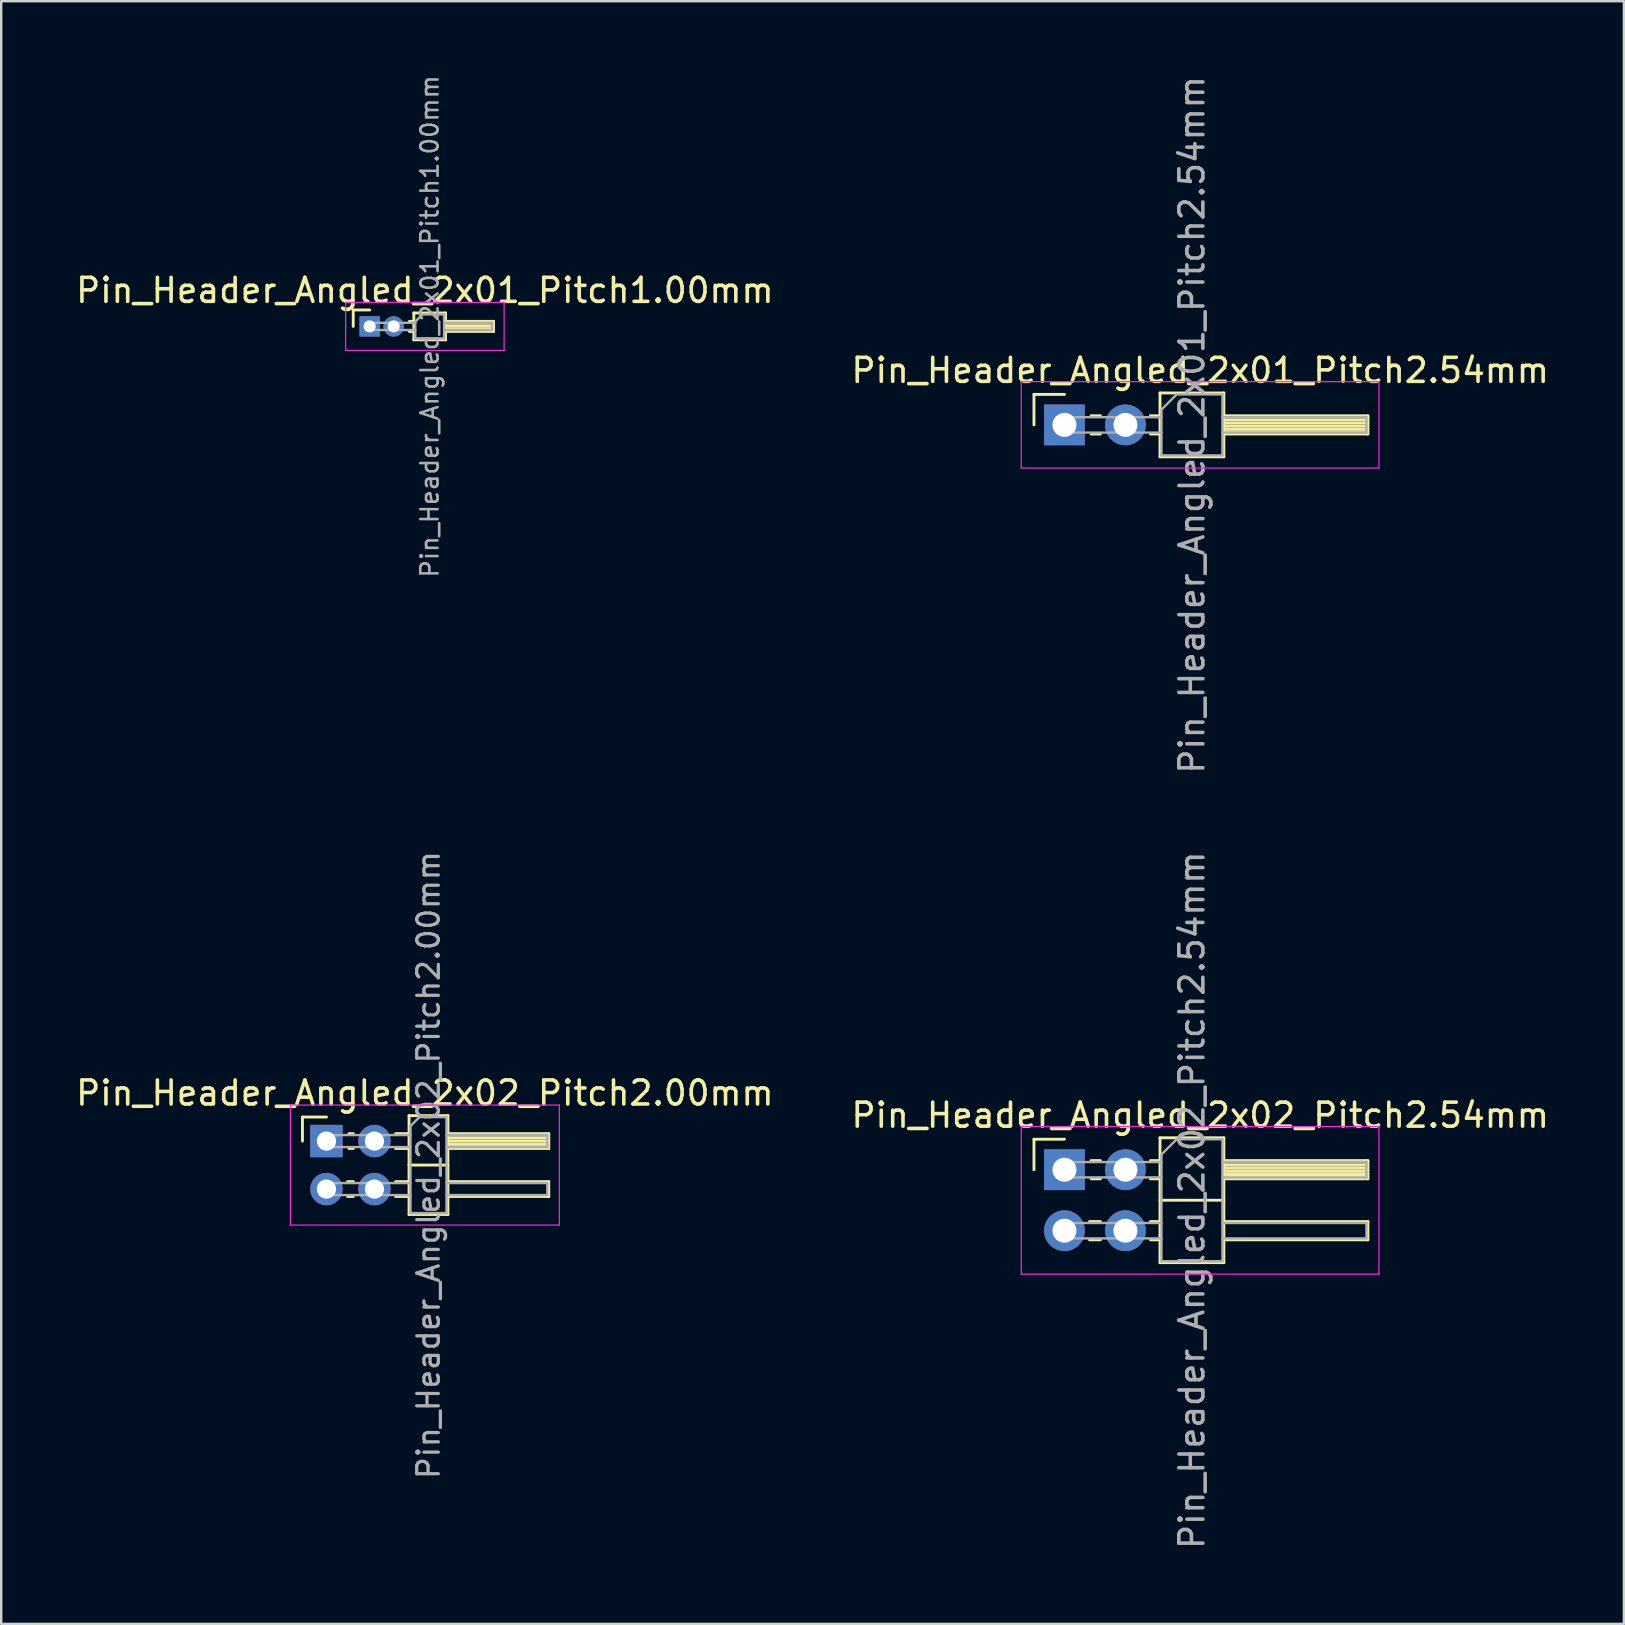
<source format=kicad_pcb>
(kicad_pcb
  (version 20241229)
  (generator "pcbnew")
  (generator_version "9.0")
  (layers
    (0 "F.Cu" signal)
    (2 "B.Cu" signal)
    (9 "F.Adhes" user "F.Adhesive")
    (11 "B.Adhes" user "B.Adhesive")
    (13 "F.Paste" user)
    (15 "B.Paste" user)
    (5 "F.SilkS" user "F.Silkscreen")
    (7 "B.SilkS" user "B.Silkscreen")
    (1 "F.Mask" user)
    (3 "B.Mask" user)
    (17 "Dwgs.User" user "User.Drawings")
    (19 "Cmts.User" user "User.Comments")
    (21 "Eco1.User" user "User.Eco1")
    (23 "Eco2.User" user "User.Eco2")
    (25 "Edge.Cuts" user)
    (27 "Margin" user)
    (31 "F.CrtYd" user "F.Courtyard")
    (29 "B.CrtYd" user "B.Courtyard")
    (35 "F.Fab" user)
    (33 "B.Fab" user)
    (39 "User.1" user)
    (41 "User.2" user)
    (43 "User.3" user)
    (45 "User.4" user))
  (footprint "Pin_Header_Angled_2x02_Pitch2.00mm"
    (layer "F.Cu")
    (at 10.549 44.482)
    (property "Reference" "Pin_Header_Angled_2x02_Pitch2.00mm" (at 4.1 -2 0) (layer "F.SilkS") (effects (font (size 1 1) (thickness 0.15))))
    (attr through_hole)
    (fp_line (start -1 -1) (end 0 -1) (stroke (width 0.12) (type solid)) (layer "F.SilkS"))
    (fp_line (start -1 0) (end -1 -1) (stroke (width 0.12) (type solid)) (layer "F.SilkS"))
    (fp_line (start 0.882 1.69) (end 1.118 1.69) (stroke (width 0.12) (type solid)) (layer "F.SilkS"))
    (fp_line (start 0.882 2.31) (end 1.118 2.31) (stroke (width 0.12) (type solid)) (layer "F.SilkS"))
    (fp_line (start 0.935 -0.31) (end 1.118 -0.31) (stroke (width 0.12) (type solid)) (layer "F.SilkS"))
    (fp_line (start 0.935 0.31) (end 1.118 0.31) (stroke (width 0.12) (type solid)) (layer "F.SilkS"))
    (fp_line (start 2.882 -0.31) (end 3.44 -0.31) (stroke (width 0.12) (type solid)) (layer "F.SilkS"))
    (fp_line (start 2.882 0.31) (end 3.44 0.31) (stroke (width 0.12) (type solid)) (layer "F.SilkS"))
    (fp_line (start 2.882 1.69) (end 3.44 1.69) (stroke (width 0.12) (type solid)) (layer "F.SilkS"))
    (fp_line (start 2.882 2.31) (end 3.44 2.31) (stroke (width 0.12) (type solid)) (layer "F.SilkS"))
    (fp_line (start 3.44 -1.06) (end 3.44 3.06) (stroke (width 0.12) (type solid)) (layer "F.SilkS"))
    (fp_line (start 3.44 1) (end 5.06 1) (stroke (width 0.12) (type solid)) (layer "F.SilkS"))
    (fp_line (start 3.44 3.06) (end 5.06 3.06) (stroke (width 0.12) (type solid)) (layer "F.SilkS"))
    (fp_line (start 5.06 -1.06) (end 3.44 -1.06) (stroke (width 0.12) (type solid)) (layer "F.SilkS"))
    (fp_line (start 5.06 -0.31) (end 9.26 -0.31) (stroke (width 0.12) (type solid)) (layer "F.SilkS"))
    (fp_line (start 5.06 -0.25) (end 9.26 -0.25) (stroke (width 0.12) (type solid)) (layer "F.SilkS"))
    (fp_line (start 5.06 -0.13) (end 9.26 -0.13) (stroke (width 0.12) (type solid)) (layer "F.SilkS"))
    (fp_line (start 5.06 -0.01) (end 9.26 -0.01) (stroke (width 0.12) (type solid)) (layer "F.SilkS"))
    (fp_line (start 5.06 0.11) (end 9.26 0.11) (stroke (width 0.12) (type solid)) (layer "F.SilkS"))
    (fp_line (start 5.06 0.23) (end 9.26 0.23) (stroke (width 0.12) (type solid)) (layer "F.SilkS"))
    (fp_line (start 5.06 1.69) (end 9.26 1.69) (stroke (width 0.12) (type solid)) (layer "F.SilkS"))
    (fp_line (start 5.06 3.06) (end 5.06 -1.06) (stroke (width 0.12) (type solid)) (layer "F.SilkS"))
    (fp_line (start 9.26 -0.31) (end 9.26 0.31) (stroke (width 0.12) (type solid)) (layer "F.SilkS"))
    (fp_line (start 9.26 0.31) (end 5.06 0.31) (stroke (width 0.12) (type solid)) (layer "F.SilkS"))
    (fp_line (start 9.26 1.69) (end 9.26 2.31) (stroke (width 0.12) (type solid)) (layer "F.SilkS"))
    (fp_line (start 9.26 2.31) (end 5.06 2.31) (stroke (width 0.12) (type solid)) (layer "F.SilkS"))
    (fp_line (start -1.5 -1.5) (end -1.5 3.5) (stroke (width 0.05) (type solid)) (layer "F.CrtYd"))
    (fp_line (start -1.5 3.5) (end 9.7 3.5) (stroke (width 0.05) (type solid)) (layer "F.CrtYd"))
    (fp_line (start 9.7 -1.5) (end -1.5 -1.5) (stroke (width 0.05) (type solid)) (layer "F.CrtYd"))
    (fp_line (start 9.7 3.5) (end 9.7 -1.5) (stroke (width 0.05) (type solid)) (layer "F.CrtYd"))
    (fp_line (start -0.25 -0.25) (end -0.25 0.25) (stroke (width 0.1) (type solid)) (layer "F.Fab"))
    (fp_line (start -0.25 -0.25) (end 3.5 -0.25) (stroke (width 0.1) (type solid)) (layer "F.Fab"))
    (fp_line (start -0.25 0.25) (end 3.5 0.25) (stroke (width 0.1) (type solid)) (layer "F.Fab"))
    (fp_line (start -0.25 1.75) (end -0.25 2.25) (stroke (width 0.1) (type solid)) (layer "F.Fab"))
    (fp_line (start -0.25 1.75) (end 3.5 1.75) (stroke (width 0.1) (type solid)) (layer "F.Fab"))
    (fp_line (start -0.25 2.25) (end 3.5 2.25) (stroke (width 0.1) (type solid)) (layer "F.Fab"))
    (fp_line (start 3.5 -0.625) (end 3.875 -1) (stroke (width 0.1) (type solid)) (layer "F.Fab"))
    (fp_line (start 3.5 3) (end 3.5 -0.625) (stroke (width 0.1) (type solid)) (layer "F.Fab"))
    (fp_line (start 3.875 -1) (end 5 -1) (stroke (width 0.1) (type solid)) (layer "F.Fab"))
    (fp_line (start 5 -1) (end 5 3) (stroke (width 0.1) (type solid)) (layer "F.Fab"))
    (fp_line (start 5 -0.25) (end 9.2 -0.25) (stroke (width 0.1) (type solid)) (layer "F.Fab"))
    (fp_line (start 5 0.25) (end 9.2 0.25) (stroke (width 0.1) (type solid)) (layer "F.Fab"))
    (fp_line (start 5 1.75) (end 9.2 1.75) (stroke (width 0.1) (type solid)) (layer "F.Fab"))
    (fp_line (start 5 2.25) (end 9.2 2.25) (stroke (width 0.1) (type solid)) (layer "F.Fab"))
    (fp_line (start 5 3) (end 3.5 3) (stroke (width 0.1) (type solid)) (layer "F.Fab"))
    (fp_line (start 9.2 -0.25) (end 9.2 0.25) (stroke (width 0.1) (type solid)) (layer "F.Fab"))
    (fp_line (start 9.2 1.75) (end 9.2 2.25) (stroke (width 0.1) (type solid)) (layer "F.Fab"))
    (fp_text user "${REFERENCE}" (at 4.25 1 90) (layer "F.Fab") (effects (font (size 0.9 0.9) (thickness 0.135))))
    (pad "1" thru_hole rect (at 0 0) (size 1.35 1.35) (drill 0.8) (layers "*.Cu" "*.Mask"))
    (pad "2" thru_hole oval (at 2 0) (size 1.35 1.35) (drill 0.8) (layers "*.Cu" "*.Mask"))
    (pad "3" thru_hole oval (at 0 2) (size 1.35 1.35) (drill 0.8) (layers "*.Cu" "*.Mask"))
    (pad "4" thru_hole oval (at 2 2) (size 1.35 1.35) (drill 0.8) (layers "*.Cu" "*.Mask")))
  (footprint "Pin_Header_Angled_2x01_Pitch2.54mm"
    (layer "F.Cu")
    (at 41.291 14.649)
    (property "Reference" "Pin_Header_Angled_2x01_Pitch2.54mm" (at 5.655 -2.27 0) (layer "F.SilkS") (effects (font (size 1 1) (thickness 0.15))))
    (attr through_hole)
    (fp_line (start -1.27 -1.27) (end 0 -1.27) (stroke (width 0.12) (type solid)) (layer "F.SilkS"))
    (fp_line (start -1.27 0) (end -1.27 -1.27) (stroke (width 0.12) (type solid)) (layer "F.SilkS"))
    (fp_line (start 1.11 -0.38) (end 1.497 -0.38) (stroke (width 0.12) (type solid)) (layer "F.SilkS"))
    (fp_line (start 1.11 0.38) (end 1.497 0.38) (stroke (width 0.12) (type solid)) (layer "F.SilkS"))
    (fp_line (start 3.583 -0.38) (end 3.98 -0.38) (stroke (width 0.12) (type solid)) (layer "F.SilkS"))
    (fp_line (start 3.583 0.38) (end 3.98 0.38) (stroke (width 0.12) (type solid)) (layer "F.SilkS"))
    (fp_line (start 3.98 -1.33) (end 3.98 1.33) (stroke (width 0.12) (type solid)) (layer "F.SilkS"))
    (fp_line (start 3.98 1.33) (end 6.64 1.33) (stroke (width 0.12) (type solid)) (layer "F.SilkS"))
    (fp_line (start 6.64 -1.33) (end 3.98 -1.33) (stroke (width 0.12) (type solid)) (layer "F.SilkS"))
    (fp_line (start 6.64 -0.38) (end 12.64 -0.38) (stroke (width 0.12) (type solid)) (layer "F.SilkS"))
    (fp_line (start 6.64 -0.32) (end 12.64 -0.32) (stroke (width 0.12) (type solid)) (layer "F.SilkS"))
    (fp_line (start 6.64 -0.2) (end 12.64 -0.2) (stroke (width 0.12) (type solid)) (layer "F.SilkS"))
    (fp_line (start 6.64 -0.08) (end 12.64 -0.08) (stroke (width 0.12) (type solid)) (layer "F.SilkS"))
    (fp_line (start 6.64 0.04) (end 12.64 0.04) (stroke (width 0.12) (type solid)) (layer "F.SilkS"))
    (fp_line (start 6.64 0.16) (end 12.64 0.16) (stroke (width 0.12) (type solid)) (layer "F.SilkS"))
    (fp_line (start 6.64 0.28) (end 12.64 0.28) (stroke (width 0.12) (type solid)) (layer "F.SilkS"))
    (fp_line (start 6.64 1.33) (end 6.64 -1.33) (stroke (width 0.12) (type solid)) (layer "F.SilkS"))
    (fp_line (start 12.64 -0.38) (end 12.64 0.38) (stroke (width 0.12) (type solid)) (layer "F.SilkS"))
    (fp_line (start 12.64 0.38) (end 6.64 0.38) (stroke (width 0.12) (type solid)) (layer "F.SilkS"))
    (fp_line (start -1.8 -1.8) (end -1.8 1.8) (stroke (width 0.05) (type solid)) (layer "F.CrtYd"))
    (fp_line (start -1.8 1.8) (end 13.1 1.8) (stroke (width 0.05) (type solid)) (layer "F.CrtYd"))
    (fp_line (start 13.1 -1.8) (end -1.8 -1.8) (stroke (width 0.05) (type solid)) (layer "F.CrtYd"))
    (fp_line (start 13.1 1.8) (end 13.1 -1.8) (stroke (width 0.05) (type solid)) (layer "F.CrtYd"))
    (fp_line (start -0.32 -0.32) (end -0.32 0.32) (stroke (width 0.1) (type solid)) (layer "F.Fab"))
    (fp_line (start -0.32 -0.32) (end 4.04 -0.32) (stroke (width 0.1) (type solid)) (layer "F.Fab"))
    (fp_line (start -0.32 0.32) (end 4.04 0.32) (stroke (width 0.1) (type solid)) (layer "F.Fab"))
    (fp_line (start 4.04 -0.635) (end 4.675 -1.27) (stroke (width 0.1) (type solid)) (layer "F.Fab"))
    (fp_line (start 4.04 1.27) (end 4.04 -0.635) (stroke (width 0.1) (type solid)) (layer "F.Fab"))
    (fp_line (start 4.675 -1.27) (end 6.58 -1.27) (stroke (width 0.1) (type solid)) (layer "F.Fab"))
    (fp_line (start 6.58 -1.27) (end 6.58 1.27) (stroke (width 0.1) (type solid)) (layer "F.Fab"))
    (fp_line (start 6.58 -0.32) (end 12.58 -0.32) (stroke (width 0.1) (type solid)) (layer "F.Fab"))
    (fp_line (start 6.58 0.32) (end 12.58 0.32) (stroke (width 0.1) (type solid)) (layer "F.Fab"))
    (fp_line (start 6.58 1.27) (end 4.04 1.27) (stroke (width 0.1) (type solid)) (layer "F.Fab"))
    (fp_line (start 12.58 -0.32) (end 12.58 0.32) (stroke (width 0.1) (type solid)) (layer "F.Fab"))
    (fp_text user "${REFERENCE}" (at 5.31 0 90) (layer "F.Fab") (effects (font (size 1 1) (thickness 0.15))))
    (pad "1" thru_hole rect (at 0 0) (size 1.7 1.7) (drill 1) (layers "*.Cu" "*.Mask"))
    (pad "2" thru_hole oval (at 2.54 0) (size 1.7 1.7) (drill 1) (layers "*.Cu" "*.Mask")))
  (footprint "Pin_Header_Angled_2x01_Pitch1.00mm"
    (layer "F.Cu")
    (at 12.349 10.547)
    (property "Reference" "Pin_Header_Angled_2x01_Pitch1.00mm" (at 2.3 -1.5 0) (layer "F.SilkS") (effects (font (size 1 1) (thickness 0.15))))
    (attr through_hole)
    (fp_line (start -0.685 -0.685) (end 0 -0.685) (stroke (width 0.12) (type solid)) (layer "F.SilkS"))
    (fp_line (start -0.685 0) (end -0.685 -0.685) (stroke (width 0.12) (type solid)) (layer "F.SilkS"))
    (fp_line (start 1.652 -0.21) (end 1.84 -0.21) (stroke (width 0.12) (type solid)) (layer "F.SilkS"))
    (fp_line (start 1.652 0.21) (end 1.84 0.21) (stroke (width 0.12) (type solid)) (layer "F.SilkS"))
    (fp_line (start 1.84 -0.56) (end 1.84 0.56) (stroke (width 0.12) (type solid)) (layer "F.SilkS"))
    (fp_line (start 1.84 0.56) (end 3.16 0.56) (stroke (width 0.12) (type solid)) (layer "F.SilkS"))
    (fp_line (start 3.16 -0.56) (end 1.84 -0.56) (stroke (width 0.12) (type solid)) (layer "F.SilkS"))
    (fp_line (start 3.16 -0.21) (end 5.16 -0.21) (stroke (width 0.12) (type solid)) (layer "F.SilkS"))
    (fp_line (start 3.16 -0.15) (end 5.16 -0.15) (stroke (width 0.12) (type solid)) (layer "F.SilkS"))
    (fp_line (start 3.16 -0.03) (end 5.16 -0.03) (stroke (width 0.12) (type solid)) (layer "F.SilkS"))
    (fp_line (start 3.16 0.09) (end 5.16 0.09) (stroke (width 0.12) (type solid)) (layer "F.SilkS"))
    (fp_line (start 3.16 0.56) (end 3.16 -0.56) (stroke (width 0.12) (type solid)) (layer "F.SilkS"))
    (fp_line (start 5.16 -0.21) (end 5.16 0.21) (stroke (width 0.12) (type solid)) (layer "F.SilkS"))
    (fp_line (start 5.16 0.21) (end 3.16 0.21) (stroke (width 0.12) (type solid)) (layer "F.SilkS"))
    (fp_line (start -1 -1) (end -1 1) (stroke (width 0.05) (type solid)) (layer "F.CrtYd"))
    (fp_line (start -1 1) (end 5.6 1) (stroke (width 0.05) (type solid)) (layer "F.CrtYd"))
    (fp_line (start 5.6 -1) (end -1 -1) (stroke (width 0.05) (type solid)) (layer "F.CrtYd"))
    (fp_line (start 5.6 1) (end 5.6 -1) (stroke (width 0.05) (type solid)) (layer "F.CrtYd"))
    (fp_line (start -0.15 -0.15) (end -0.15 0.15) (stroke (width 0.1) (type solid)) (layer "F.Fab"))
    (fp_line (start -0.15 -0.15) (end 1.9 -0.15) (stroke (width 0.1) (type solid)) (layer "F.Fab"))
    (fp_line (start -0.15 0.15) (end 1.9 0.15) (stroke (width 0.1) (type solid)) (layer "F.Fab"))
    (fp_line (start 1.9 -0.2) (end 2.2 -0.5) (stroke (width 0.1) (type solid)) (layer "F.Fab"))
    (fp_line (start 1.9 0.5) (end 1.9 -0.2) (stroke (width 0.1) (type solid)) (layer "F.Fab"))
    (fp_line (start 2.2 -0.5) (end 3.1 -0.5) (stroke (width 0.1) (type solid)) (layer "F.Fab"))
    (fp_line (start 3.1 -0.5) (end 3.1 0.5) (stroke (width 0.1) (type solid)) (layer "F.Fab"))
    (fp_line (start 3.1 -0.15) (end 5.1 -0.15) (stroke (width 0.1) (type solid)) (layer "F.Fab"))
    (fp_line (start 3.1 0.15) (end 5.1 0.15) (stroke (width 0.1) (type solid)) (layer "F.Fab"))
    (fp_line (start 3.1 0.5) (end 1.9 0.5) (stroke (width 0.1) (type solid)) (layer "F.Fab"))
    (fp_line (start 5.1 -0.15) (end 5.1 0.15) (stroke (width 0.1) (type solid)) (layer "F.Fab"))
    (fp_text user "${REFERENCE}" (at 2.5 0 90) (layer "F.Fab") (effects (font (size 0.72 0.72) (thickness 0.108))))
    (pad "1" thru_hole rect (at 0 0) (size 0.85 0.85) (drill 0.5) (layers "*.Cu" "*.Mask"))
    (pad "2" thru_hole oval (at 1 0) (size 0.85 0.85) (drill 0.5) (layers "*.Cu" "*.Mask")))
  (footprint "Pin_Header_Angled_2x02_Pitch2.54mm"
    (layer "F.Cu")
    (at 41.291 45.676)
    (property "Reference" "Pin_Header_Angled_2x02_Pitch2.54mm" (at 5.655 -2.27 0) (layer "F.SilkS") (effects (font (size 1 1) (thickness 0.15))))
    (attr through_hole)
    (fp_line (start -1.27 -1.27) (end 0 -1.27) (stroke (width 0.12) (type solid)) (layer "F.SilkS"))
    (fp_line (start -1.27 0) (end -1.27 -1.27) (stroke (width 0.12) (type solid)) (layer "F.SilkS"))
    (fp_line (start 1.043 2.16) (end 1.497 2.16) (stroke (width 0.12) (type solid)) (layer "F.SilkS"))
    (fp_line (start 1.043 2.92) (end 1.497 2.92) (stroke (width 0.12) (type solid)) (layer "F.SilkS"))
    (fp_line (start 1.11 -0.38) (end 1.497 -0.38) (stroke (width 0.12) (type solid)) (layer "F.SilkS"))
    (fp_line (start 1.11 0.38) (end 1.497 0.38) (stroke (width 0.12) (type solid)) (layer "F.SilkS"))
    (fp_line (start 3.583 -0.38) (end 3.98 -0.38) (stroke (width 0.12) (type solid)) (layer "F.SilkS"))
    (fp_line (start 3.583 0.38) (end 3.98 0.38) (stroke (width 0.12) (type solid)) (layer "F.SilkS"))
    (fp_line (start 3.583 2.16) (end 3.98 2.16) (stroke (width 0.12) (type solid)) (layer "F.SilkS"))
    (fp_line (start 3.583 2.92) (end 3.98 2.92) (stroke (width 0.12) (type solid)) (layer "F.SilkS"))
    (fp_line (start 3.98 -1.33) (end 3.98 3.87) (stroke (width 0.12) (type solid)) (layer "F.SilkS"))
    (fp_line (start 3.98 1.27) (end 6.64 1.27) (stroke (width 0.12) (type solid)) (layer "F.SilkS"))
    (fp_line (start 3.98 3.87) (end 6.64 3.87) (stroke (width 0.12) (type solid)) (layer "F.SilkS"))
    (fp_line (start 6.64 -1.33) (end 3.98 -1.33) (stroke (width 0.12) (type solid)) (layer "F.SilkS"))
    (fp_line (start 6.64 -0.38) (end 12.64 -0.38) (stroke (width 0.12) (type solid)) (layer "F.SilkS"))
    (fp_line (start 6.64 -0.32) (end 12.64 -0.32) (stroke (width 0.12) (type solid)) (layer "F.SilkS"))
    (fp_line (start 6.64 -0.2) (end 12.64 -0.2) (stroke (width 0.12) (type solid)) (layer "F.SilkS"))
    (fp_line (start 6.64 -0.08) (end 12.64 -0.08) (stroke (width 0.12) (type solid)) (layer "F.SilkS"))
    (fp_line (start 6.64 0.04) (end 12.64 0.04) (stroke (width 0.12) (type solid)) (layer "F.SilkS"))
    (fp_line (start 6.64 0.16) (end 12.64 0.16) (stroke (width 0.12) (type solid)) (layer "F.SilkS"))
    (fp_line (start 6.64 0.28) (end 12.64 0.28) (stroke (width 0.12) (type solid)) (layer "F.SilkS"))
    (fp_line (start 6.64 2.16) (end 12.64 2.16) (stroke (width 0.12) (type solid)) (layer "F.SilkS"))
    (fp_line (start 6.64 3.87) (end 6.64 -1.33) (stroke (width 0.12) (type solid)) (layer "F.SilkS"))
    (fp_line (start 12.64 -0.38) (end 12.64 0.38) (stroke (width 0.12) (type solid)) (layer "F.SilkS"))
    (fp_line (start 12.64 0.38) (end 6.64 0.38) (stroke (width 0.12) (type solid)) (layer "F.SilkS"))
    (fp_line (start 12.64 2.16) (end 12.64 2.92) (stroke (width 0.12) (type solid)) (layer "F.SilkS"))
    (fp_line (start 12.64 2.92) (end 6.64 2.92) (stroke (width 0.12) (type solid)) (layer "F.SilkS"))
    (fp_line (start -1.8 -1.8) (end -1.8 4.35) (stroke (width 0.05) (type solid)) (layer "F.CrtYd"))
    (fp_line (start -1.8 4.35) (end 13.1 4.35) (stroke (width 0.05) (type solid)) (layer "F.CrtYd"))
    (fp_line (start 13.1 -1.8) (end -1.8 -1.8) (stroke (width 0.05) (type solid)) (layer "F.CrtYd"))
    (fp_line (start 13.1 4.35) (end 13.1 -1.8) (stroke (width 0.05) (type solid)) (layer "F.CrtYd"))
    (fp_line (start -0.32 -0.32) (end -0.32 0.32) (stroke (width 0.1) (type solid)) (layer "F.Fab"))
    (fp_line (start -0.32 -0.32) (end 4.04 -0.32) (stroke (width 0.1) (type solid)) (layer "F.Fab"))
    (fp_line (start -0.32 0.32) (end 4.04 0.32) (stroke (width 0.1) (type solid)) (layer "F.Fab"))
    (fp_line (start -0.32 2.22) (end -0.32 2.86) (stroke (width 0.1) (type solid)) (layer "F.Fab"))
    (fp_line (start -0.32 2.22) (end 4.04 2.22) (stroke (width 0.1) (type solid)) (layer "F.Fab"))
    (fp_line (start -0.32 2.86) (end 4.04 2.86) (stroke (width 0.1) (type solid)) (layer "F.Fab"))
    (fp_line (start 4.04 -0.635) (end 4.675 -1.27) (stroke (width 0.1) (type solid)) (layer "F.Fab"))
    (fp_line (start 4.04 3.81) (end 4.04 -0.635) (stroke (width 0.1) (type solid)) (layer "F.Fab"))
    (fp_line (start 4.675 -1.27) (end 6.58 -1.27) (stroke (width 0.1) (type solid)) (layer "F.Fab"))
    (fp_line (start 6.58 -1.27) (end 6.58 3.81) (stroke (width 0.1) (type solid)) (layer "F.Fab"))
    (fp_line (start 6.58 -0.32) (end 12.58 -0.32) (stroke (width 0.1) (type solid)) (layer "F.Fab"))
    (fp_line (start 6.58 0.32) (end 12.58 0.32) (stroke (width 0.1) (type solid)) (layer "F.Fab"))
    (fp_line (start 6.58 2.22) (end 12.58 2.22) (stroke (width 0.1) (type solid)) (layer "F.Fab"))
    (fp_line (start 6.58 2.86) (end 12.58 2.86) (stroke (width 0.1) (type solid)) (layer "F.Fab"))
    (fp_line (start 6.58 3.81) (end 4.04 3.81) (stroke (width 0.1) (type solid)) (layer "F.Fab"))
    (fp_line (start 12.58 -0.32) (end 12.58 0.32) (stroke (width 0.1) (type solid)) (layer "F.Fab"))
    (fp_line (start 12.58 2.22) (end 12.58 2.86) (stroke (width 0.1) (type solid)) (layer "F.Fab"))
    (fp_text user "${REFERENCE}" (at 5.31 1.27 90) (layer "F.Fab") (effects (font (size 1 1) (thickness 0.15))))
    (pad "1" thru_hole rect (at 0 0) (size 1.7 1.7) (drill 1) (layers "*.Cu" "*.Mask"))
    (pad "2" thru_hole oval (at 2.54 0) (size 1.7 1.7) (drill 1) (layers "*.Cu" "*.Mask"))
    (pad "3" thru_hole oval (at 0 2.54) (size 1.7 1.7) (drill 1) (layers "*.Cu" "*.Mask"))
    (pad "4" thru_hole oval (at 2.54 2.54) (size 1.7 1.7) (drill 1) (layers "*.Cu" "*.Mask")))
  (gr_rect
    (start -3 -3)
    (end 64.595 64.595)
    (stroke (width 0.1) (type default))
    (fill no)
    (layer "Edge.Cuts")))
</source>
